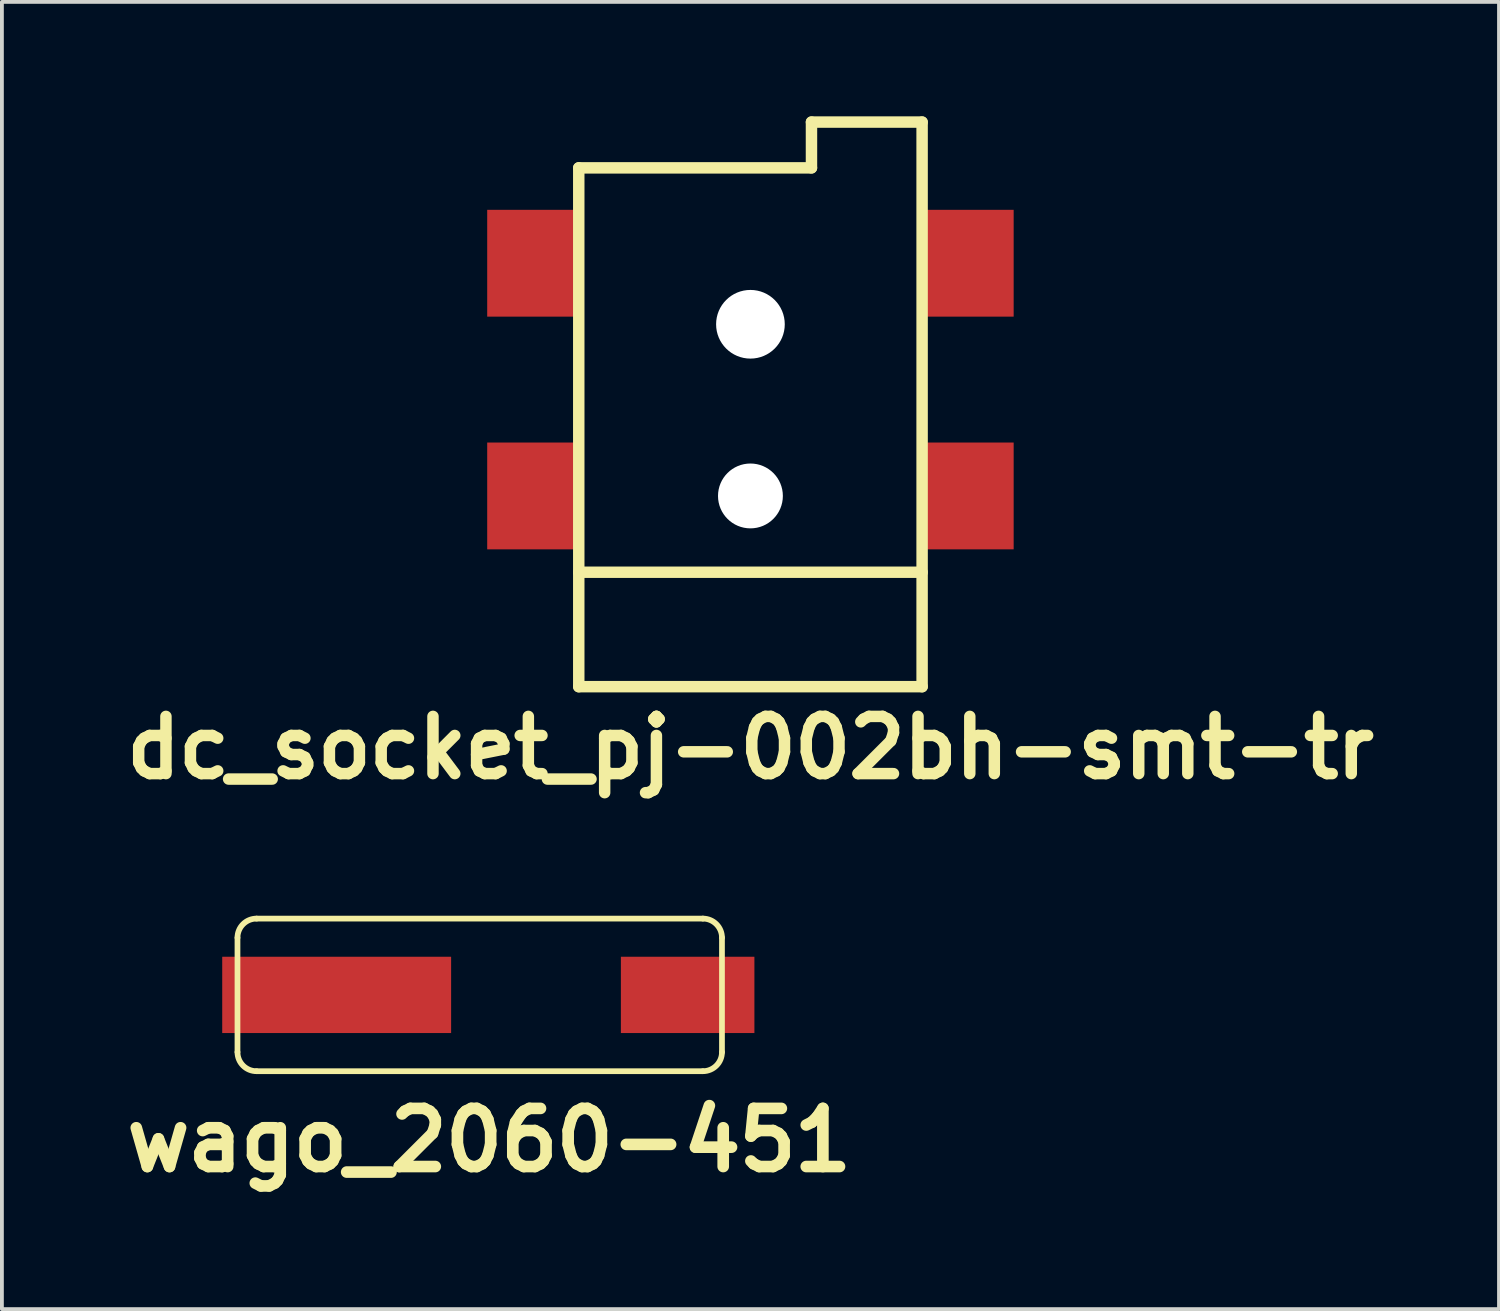
<source format=kicad_pcb>
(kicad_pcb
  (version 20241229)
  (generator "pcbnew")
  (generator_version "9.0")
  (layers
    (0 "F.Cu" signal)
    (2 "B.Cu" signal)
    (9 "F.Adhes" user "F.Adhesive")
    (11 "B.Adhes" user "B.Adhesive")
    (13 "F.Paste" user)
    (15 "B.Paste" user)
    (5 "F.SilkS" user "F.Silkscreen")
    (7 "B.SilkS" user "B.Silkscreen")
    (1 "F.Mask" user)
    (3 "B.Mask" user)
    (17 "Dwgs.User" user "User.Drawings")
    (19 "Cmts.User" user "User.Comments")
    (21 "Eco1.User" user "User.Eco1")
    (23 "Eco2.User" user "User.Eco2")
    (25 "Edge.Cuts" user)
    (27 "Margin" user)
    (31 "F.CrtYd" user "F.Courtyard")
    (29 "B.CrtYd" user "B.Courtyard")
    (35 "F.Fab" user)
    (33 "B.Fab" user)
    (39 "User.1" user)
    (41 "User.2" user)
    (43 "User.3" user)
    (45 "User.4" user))
  (footprint "wago_2060-451"
    (layer "F.Cu")
    (at 9.775 23.029)
    (property "Reference" "wago_2060-451" (at 0 3.81 0) (layer "F.SilkS") (effects (font (size 1.524 1.524) (thickness 0.305))))
    (attr through_hole)
    (fp_line (start -6.6 -1.5) (end -6.6 1.5) (stroke (width 0.15) (type solid)) (layer "F.SilkS"))
    (fp_line (start -6.1 -2) (end 5.6 -2) (stroke (width 0.15) (type solid)) (layer "F.SilkS"))
    (fp_line (start -6.1 2) (end 5.6 2) (stroke (width 0.15) (type solid)) (layer "F.SilkS"))
    (fp_line (start 6.1 1.5) (end 6.1 -1.5) (stroke (width 0.15) (type solid)) (layer "F.SilkS"))
    (fp_arc (start -6.6 -1.5) (mid -6.453553 -1.853553) (end -6.1 -2) (stroke (width 0.15) (type solid)) (layer "F.SilkS"))
    (fp_arc (start -6.1 2) (mid -6.453553 1.853553) (end -6.6 1.5) (stroke (width 0.15) (type solid)) (layer "F.SilkS"))
    (fp_arc (start 5.6 -2) (mid 5.953553 -1.853553) (end 6.1 -1.5) (stroke (width 0.15) (type solid)) (layer "F.SilkS"))
    (fp_arc (start 6.1 1.5) (mid 5.953553 1.853553) (end 5.6 2) (stroke (width 0.15) (type solid)) (layer "F.SilkS"))
    (pad "1" smd rect (at -4 0) (size 6 2) (layers "F.Cu" "F.Mask" "F.Paste"))
    (pad "1" smd rect (at 5.2 0) (size 3.5 2) (layers "F.Cu" "F.Mask" "F.Paste")))
  (footprint "dc_socket_pj-002bh-smt-tr"
    (layer "F.Cu")
    (at 16.621 9.95)
    (property "Reference" "dc_socket_pj-002bh-smt-tr" (at 0 6.6 0) (layer "F.SilkS") (effects (font (size 1.5 1.5) (thickness 0.3))))
    (attr through_hole)
    (fp_line (start -4.5 -8.6) (end -4.5 5) (stroke (width 0.3) (type solid)) (layer "F.SilkS"))
    (fp_line (start -4.5 2) (end 4.5 2) (stroke (width 0.3) (type solid)) (layer "F.SilkS"))
    (fp_line (start -4.5 5) (end 4.5 5) (stroke (width 0.3) (type solid)) (layer "F.SilkS"))
    (fp_line (start 1.6 -8.6) (end -4.5 -8.6) (stroke (width 0.3) (type solid)) (layer "F.SilkS"))
    (fp_line (start 1.6 -8.6) (end 1.6 -9.8) (stroke (width 0.3) (type solid)) (layer "F.SilkS"))
    (fp_line (start 4.5 -9.8) (end 1.6 -9.8) (stroke (width 0.3) (type solid)) (layer "F.SilkS"))
    (fp_line (start 4.5 5) (end 4.5 -9.8) (stroke (width 0.3) (type solid)) (layer "F.SilkS"))
    (pad "" np_thru_hole circle (at 0 -4.5) (size 1.8 1.8) (drill 1.8) (layers "*.Cu" "*.Mask"))
    (pad "" np_thru_hole circle (at 0 0) (size 1.7 1.7) (drill 1.7) (layers "*.Cu" "*.Mask"))
    (pad "1" smd rect (at 5.7 -6.1) (size 2.4 2.8) (layers "F.Cu" "F.Mask" "F.Paste"))
    (pad "2" smd rect (at 5.7 0) (size 2.4 2.8) (layers "F.Cu" "F.Mask" "F.Paste"))
    (pad "3" smd rect (at -5.7 -6.1) (size 2.4 2.8) (layers "F.Cu" "F.Mask" "F.Paste"))
    (pad "3" smd rect (at -5.7 0) (size 2.4 2.8) (layers "F.Cu" "F.Mask" "F.Paste")))
  (gr_rect
    (start -3 -3)
    (end 36.243 31.265)
    (stroke (width 0.1) (type default))
    (fill no)
    (layer "Edge.Cuts")))
</source>
